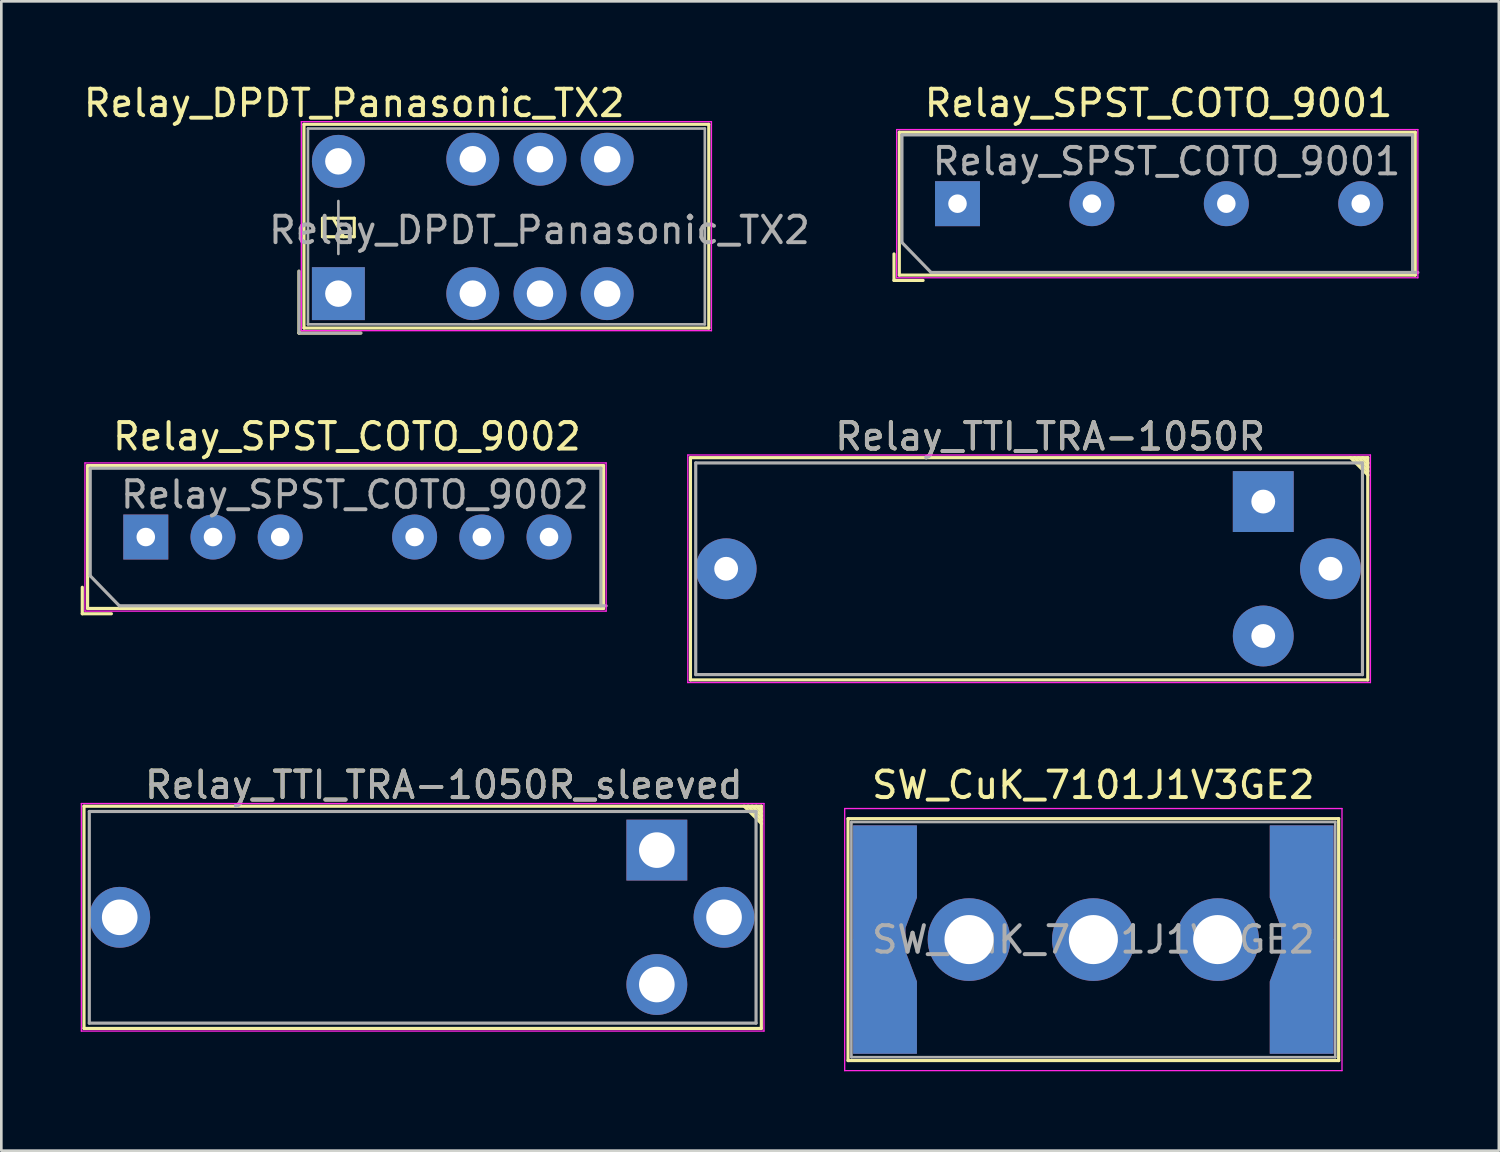
<source format=kicad_pcb>
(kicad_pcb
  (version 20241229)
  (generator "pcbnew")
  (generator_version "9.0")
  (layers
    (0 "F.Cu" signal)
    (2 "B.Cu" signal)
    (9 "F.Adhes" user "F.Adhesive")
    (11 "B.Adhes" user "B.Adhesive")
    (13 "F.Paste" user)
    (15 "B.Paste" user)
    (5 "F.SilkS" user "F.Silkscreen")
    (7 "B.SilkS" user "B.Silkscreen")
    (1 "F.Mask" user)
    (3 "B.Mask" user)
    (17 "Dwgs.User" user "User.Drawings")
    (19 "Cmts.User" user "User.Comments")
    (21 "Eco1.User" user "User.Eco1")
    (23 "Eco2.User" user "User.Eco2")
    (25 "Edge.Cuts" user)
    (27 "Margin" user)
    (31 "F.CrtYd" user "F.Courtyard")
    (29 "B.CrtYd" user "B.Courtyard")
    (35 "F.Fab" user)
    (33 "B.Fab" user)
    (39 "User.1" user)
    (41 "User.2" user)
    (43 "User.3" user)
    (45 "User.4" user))
  (footprint "Relay_SPST_COTO_9001"
    (layer "F.Cu")
    (at 33.139 4.648)
    (property "Reference" "Relay_SPST_COTO_9001" (at 7.6 -3.8 0) (layer "F.SilkS") (effects (font (size 1 1) (thickness 0.15))))
    (attr through_hole)
    (fp_line (start -2.4 2.9) (end -2.4 1.9) (stroke (width 0.12) (type solid)) (layer "F.SilkS"))
    (fp_line (start -2.2 -2.7) (end 17.3 -2.7) (stroke (width 0.12) (type solid)) (layer "F.SilkS"))
    (fp_line (start -2.2 2.7) (end -2.2 -2.7) (stroke (width 0.12) (type solid)) (layer "F.SilkS"))
    (fp_line (start -1.3 2.9) (end -2.4 2.9) (stroke (width 0.12) (type solid)) (layer "F.SilkS"))
    (fp_line (start 17.3 -2.7) (end 17.3 2.7) (stroke (width 0.12) (type solid)) (layer "F.SilkS"))
    (fp_line (start 17.3 2.7) (end -2.2 2.7) (stroke (width 0.12) (type solid)) (layer "F.SilkS"))
    (fp_line (start -2.3 -2.8) (end -2.3 2.8) (stroke (width 0.05) (type solid)) (layer "F.CrtYd"))
    (fp_line (start -2.3 -2.8) (end 17.4 -2.8) (stroke (width 0.05) (type solid)) (layer "F.CrtYd"))
    (fp_line (start 17.4 2.8) (end -2.3 2.8) (stroke (width 0.05) (type solid)) (layer "F.CrtYd"))
    (fp_line (start 17.4 2.8) (end 17.4 -2.8) (stroke (width 0.05) (type solid)) (layer "F.CrtYd"))
    (fp_line (start -2.1 -2.6) (end 17.2 -2.6) (stroke (width 0.12) (type solid)) (layer "F.Fab"))
    (fp_line (start -2.1 1.467) (end -2.1 -2.6) (stroke (width 0.12) (type solid)) (layer "F.Fab"))
    (fp_line (start -1 2.6) (end -2.1 1.467) (stroke (width 0.12) (type solid)) (layer "F.Fab"))
    (fp_line (start 17.2 -2.6) (end 17.2 2.6) (stroke (width 0.12) (type solid)) (layer "F.Fab"))
    (fp_line (start 17.4 2.6) (end -1 2.6) (stroke (width 0.12) (type solid)) (layer "F.Fab"))
    (fp_text user "${REFERENCE}" (at 7.9 -1.6 0) (layer "F.Fab") (effects (font (size 1 1) (thickness 0.15))))
    (pad "1" thru_hole rect (at 0 0) (size 1.7 1.7) (drill 0.7) (layers "*.Cu" "*.Mask"))
    (pad "2" thru_hole circle (at 5.08 0) (size 1.7 1.7) (drill 0.7) (layers "*.Cu" "*.Mask"))
    (pad "3" thru_hole circle (at 10.16 0) (size 1.7 1.7) (drill 0.7) (layers "*.Cu" "*.Mask"))
    (pad "4" thru_hole circle (at 15.24 0) (size 1.7 1.7) (drill 0.7) (layers "*.Cu" "*.Mask")))
  (footprint "Relay_SPST_COTO_9002"
    (layer "F.Cu")
    (at 2.46 17.247)
    (property "Reference" "Relay_SPST_COTO_9002" (at 7.6 -3.8 0) (layer "F.SilkS") (effects (font (size 1 1) (thickness 0.15))))
    (attr through_hole)
    (fp_line (start -2.4 2.9) (end -2.4 1.9) (stroke (width 0.12) (type solid)) (layer "F.SilkS"))
    (fp_line (start -2.2 -2.7) (end 17.3 -2.7) (stroke (width 0.12) (type solid)) (layer "F.SilkS"))
    (fp_line (start -2.2 2.7) (end -2.2 -2.7) (stroke (width 0.12) (type solid)) (layer "F.SilkS"))
    (fp_line (start -1.3 2.9) (end -2.4 2.9) (stroke (width 0.12) (type solid)) (layer "F.SilkS"))
    (fp_line (start 17.3 -2.7) (end 17.3 2.7) (stroke (width 0.12) (type solid)) (layer "F.SilkS"))
    (fp_line (start 17.3 2.7) (end -2.2 2.7) (stroke (width 0.12) (type solid)) (layer "F.SilkS"))
    (fp_line (start -2.3 -2.8) (end -2.3 2.8) (stroke (width 0.05) (type solid)) (layer "F.CrtYd"))
    (fp_line (start -2.3 -2.8) (end 17.4 -2.8) (stroke (width 0.05) (type solid)) (layer "F.CrtYd"))
    (fp_line (start 17.4 2.8) (end -2.3 2.8) (stroke (width 0.05) (type solid)) (layer "F.CrtYd"))
    (fp_line (start 17.4 2.8) (end 17.4 -2.8) (stroke (width 0.05) (type solid)) (layer "F.CrtYd"))
    (fp_line (start -2.1 -2.6) (end 17.2 -2.6) (stroke (width 0.12) (type solid)) (layer "F.Fab"))
    (fp_line (start -2.1 1.467) (end -2.1 -2.6) (stroke (width 0.12) (type solid)) (layer "F.Fab"))
    (fp_line (start -1 2.6) (end -2.1 1.467) (stroke (width 0.12) (type solid)) (layer "F.Fab"))
    (fp_line (start 17.2 -2.6) (end 17.2 2.6) (stroke (width 0.12) (type solid)) (layer "F.Fab"))
    (fp_line (start 17.4 2.6) (end -1 2.6) (stroke (width 0.12) (type solid)) (layer "F.Fab"))
    (fp_text user "${REFERENCE}" (at 7.9 -1.6 0) (layer "F.Fab") (effects (font (size 1 1) (thickness 0.15))))
    (pad "1" thru_hole rect (at 0 0) (size 1.7 1.7) (drill 0.7) (layers "*.Cu" "*.Mask"))
    (pad "2" thru_hole circle (at 5.08 0) (size 1.7 1.7) (drill 0.7) (layers "*.Cu" "*.Mask"))
    (pad "3" thru_hole circle (at 10.16 0) (size 1.7 1.7) (drill 0.7) (layers "*.Cu" "*.Mask"))
    (pad "4" thru_hole circle (at 15.24 0) (size 1.7 1.7) (drill 0.7) (layers "*.Cu" "*.Mask"))
    (pad "5" thru_hole circle (at 2.54 0) (size 1.7 1.7) (drill 0.7) (layers "*.Cu" "*.Mask"))
    (pad "6" thru_hole circle (at 12.7 0) (size 1.7 1.7) (drill 0.7) (layers "*.Cu" "*.Mask")))
  (footprint "Relay_TTI_TRA-1050R"
    (layer "F.Cu")
    (at 24.395 18.447)
    (property "Reference" "Relay_TTI_TRA-1050R" (at 12.25 -5 0) (layer "F.SilkS") (effects (font (size 1 1) (thickness 0.15))))
    (attr through_hole)
    (fp_line (start -1.35 -4.2) (end 24.25 -4.2) (stroke (width 0.12) (type solid)) (layer "F.SilkS"))
    (fp_line (start -1.35 4.2) (end -1.35 -4.2) (stroke (width 0.12) (type solid)) (layer "F.SilkS"))
    (fp_line (start 23.598 -4.2) (end 24.258 -3.54) (stroke (width 0.12) (type solid)) (layer "F.SilkS"))
    (fp_line (start 23.75 -4.2) (end 24.258 -3.692) (stroke (width 0.12) (type solid)) (layer "F.SilkS"))
    (fp_line (start 23.902 -4.2) (end 24.258 -3.844) (stroke (width 0.12) (type solid)) (layer "F.SilkS"))
    (fp_line (start 24.055 -4.2) (end 24.258 -3.997) (stroke (width 0.12) (type solid)) (layer "F.SilkS"))
    (fp_line (start 24.25 -4.2) (end 24.25 4.2) (stroke (width 0.12) (type solid)) (layer "F.SilkS"))
    (fp_line (start 24.25 4.2) (end -1.35 4.2) (stroke (width 0.12) (type solid)) (layer "F.SilkS"))
    (fp_line (start -1.45 -4.3) (end -1.45 4.3) (stroke (width 0.05) (type solid)) (layer "F.CrtYd"))
    (fp_line (start -1.45 -4.3) (end 24.35 -4.3) (stroke (width 0.05) (type solid)) (layer "F.CrtYd"))
    (fp_line (start 24.35 4.3) (end -1.45 4.3) (stroke (width 0.05) (type solid)) (layer "F.CrtYd"))
    (fp_line (start 24.35 4.3) (end 24.35 -4.3) (stroke (width 0.05) (type solid)) (layer "F.CrtYd"))
    (fp_line (start -1.15 -4) (end 24.05 -4) (stroke (width 0.12) (type solid)) (layer "F.Fab"))
    (fp_line (start -1.15 4) (end -1.15 -4) (stroke (width 0.12) (type solid)) (layer "F.Fab"))
    (fp_line (start 24.05 -4) (end 24.05 4) (stroke (width 0.12) (type solid)) (layer "F.Fab"))
    (fp_line (start 24.05 4) (end -1.15 4) (stroke (width 0.12) (type solid)) (layer "F.Fab"))
    (fp_text user "${REFERENCE}" (at 12.25 -5 0) (layer "F.Fab") (effects (font (size 1 1) (thickness 0.15))))
    (pad "1" thru_hole circle (at 20.3 2.54) (size 2.3 2.3) (drill 0.9) (layers "*.Cu" "*.Mask"))
    (pad "2" thru_hole rect (at 20.3 -2.54) (size 2.3 2.3) (drill 0.9) (layers "*.Cu" "*.Mask"))
    (pad "3" thru_hole circle (at 22.84 0) (size 2.3 2.3) (drill 0.9) (layers "*.Cu" "*.Mask"))
    (pad "4" thru_hole circle (at 0 0) (size 2.3 2.3) (drill 0.9) (layers "*.Cu" "*.Mask")))
  (footprint "Relay_DPDT_Panasonic_TX2"
    (layer "F.Cu")
    (at 9.739 8.048)
    (property "Reference" "Relay_DPDT_Panasonic_TX2" (at 0.6 -7.2 180) (layer "F.SilkS") (effects (font (size 1 1) (thickness 0.15))))
    (attr through_hole)
    (fp_line (start -1.49 1.49) (end -1.49 -0.85) (stroke (width 0.12) (type solid)) (layer "F.SilkS"))
    (fp_line (start -1.3 -6.4) (end -1.3 1.3) (stroke (width 0.12) (type solid)) (layer "F.SilkS"))
    (fp_line (start -1.3 1.3) (end 14 1.3) (stroke (width 0.12) (type solid)) (layer "F.SilkS"))
    (fp_line (start -0.6 -2.85) (end -0.6 -2.15) (stroke (width 0.12) (type solid)) (layer "F.SilkS"))
    (fp_line (start -0.6 -2.15) (end 0.6 -2.15) (stroke (width 0.12) (type solid)) (layer "F.SilkS"))
    (fp_line (start 0.2 -2.15) (end -0.2 -2.85) (stroke (width 0.12) (type solid)) (layer "F.SilkS"))
    (fp_line (start 0.6 -2.85) (end -0.6 -2.85) (stroke (width 0.12) (type solid)) (layer "F.SilkS"))
    (fp_line (start 0.6 -2.15) (end 0.6 -2.85) (stroke (width 0.12) (type solid)) (layer "F.SilkS"))
    (fp_line (start 0.85 1.49) (end -1.49 1.49) (stroke (width 0.12) (type solid)) (layer "F.SilkS"))
    (fp_line (start 14 -6.4) (end -1.3 -6.4) (stroke (width 0.12) (type solid)) (layer "F.SilkS"))
    (fp_line (start 14 1.3) (end 14 -6.4) (stroke (width 0.12) (type solid)) (layer "F.SilkS"))
    (fp_line (start -1.4 -6.5) (end -1.4 1.4) (stroke (width 0.05) (type solid)) (layer "F.CrtYd"))
    (fp_line (start -1.4 1.4) (end 14.1 1.4) (stroke (width 0.05) (type solid)) (layer "F.CrtYd"))
    (fp_line (start 14.1 -6.5) (end -1.4 -6.5) (stroke (width 0.05) (type solid)) (layer "F.CrtYd"))
    (fp_line (start 14.1 1.4) (end 14.1 -6.5) (stroke (width 0.05) (type solid)) (layer "F.CrtYd"))
    (fp_line (start -1.49 1.49) (end -1.49 -0.85) (stroke (width 0.1) (type solid)) (layer "F.Fab"))
    (fp_line (start -1.15 -6.24) (end 13.85 -6.24) (stroke (width 0.1) (type solid)) (layer "F.Fab"))
    (fp_line (start -1.15 1.16) (end -1.15 -6.24) (stroke (width 0.1) (type solid)) (layer "F.Fab"))
    (fp_line (start -1.15 1.16) (end 13.85 1.16) (stroke (width 0.1) (type solid)) (layer "F.Fab"))
    (fp_line (start 0 -1.5) (end 0 -3.5) (stroke (width 0.1) (type solid)) (layer "F.Fab"))
    (fp_line (start 0.85 1.49) (end -1.49 1.49) (stroke (width 0.1) (type solid)) (layer "F.Fab"))
    (fp_line (start 13.85 1.16) (end 13.85 -6.24) (stroke (width 0.1) (type solid)) (layer "F.Fab"))
    (fp_text user "${REFERENCE}" (at 7.6 -2.4 180) (layer "F.Fab") (effects (font (size 1 1) (thickness 0.15))))
    (pad "1" thru_hole rect (at 0 0 90) (size 2 2) (drill 1) (layers "*.Cu" "*.Mask"))
    (pad "3" thru_hole oval (at 5.08 0 90) (size 2 2) (drill 1) (layers "*.Cu" "*.Mask"))
    (pad "4" thru_hole oval (at 7.62 0 90) (size 2 2) (drill 1) (layers "*.Cu" "*.Mask"))
    (pad "5" thru_hole oval (at 10.16 0 90) (size 2 2) (drill 1) (layers "*.Cu" "*.Mask"))
    (pad "8" thru_hole oval (at 10.16 -5.08 90) (size 2 2) (drill 1) (layers "*.Cu" "*.Mask"))
    (pad "9" thru_hole oval (at 7.62 -5.08 90) (size 2 2) (drill 1) (layers "*.Cu" "*.Mask"))
    (pad "10" thru_hole oval (at 5.08 -5.08 90) (size 2 2) (drill 1) (layers "*.Cu" "*.Mask"))
    (pad "12" thru_hole oval (at 0 -5 90) (size 2 2) (drill 1) (layers "*.Cu" "*.Mask")))
  (footprint "SW_CuK_7101J1V3GE2"
    (layer "F.Cu")
    (at 33.574 32.462)
    (property "Reference" "SW_CuK_7101J1V3GE2" (at 4.699 -5.842 0) (layer "F.SilkS") (effects (font (size 1 1) (thickness 0.15))))
    (attr through_hole)
    (fp_line (start -4.572 -4.572) (end -4.572 4.572) (stroke (width 0.12) (type solid)) (layer "F.SilkS"))
    (fp_line (start 13.97 -4.572) (end -4.572 -4.572) (stroke (width 0.12) (type solid)) (layer "F.SilkS"))
    (fp_line (start 13.97 -4.572) (end 13.97 4.572) (stroke (width 0.12) (type solid)) (layer "F.SilkS"))
    (fp_line (start 13.97 4.572) (end -4.572 4.572) (stroke (width 0.12) (type solid)) (layer "F.SilkS"))
    (fp_line (start -4.699 -4.953) (end 14.097 -4.953) (stroke (width 0.05) (type solid)) (layer "F.CrtYd"))
    (fp_line (start -4.699 4.953) (end -4.699 -4.953) (stroke (width 0.05) (type solid)) (layer "F.CrtYd"))
    (fp_line (start 14.097 -4.953) (end 14.097 4.953) (stroke (width 0.05) (type solid)) (layer "F.CrtYd"))
    (fp_line (start 14.097 4.953) (end -4.699 4.953) (stroke (width 0.05) (type solid)) (layer "F.CrtYd"))
    (fp_line (start -4.445 -4.445) (end 13.843 -4.445) (stroke (width 0.1) (type solid)) (layer "F.Fab"))
    (fp_line (start -4.445 4.445) (end -4.445 -4.445) (stroke (width 0.1) (type solid)) (layer "F.Fab"))
    (fp_line (start 13.843 -4.445) (end 13.843 4.445) (stroke (width 0.1) (type solid)) (layer "F.Fab"))
    (fp_line (start 13.843 4.445) (end -4.445 4.445) (stroke (width 0.1) (type solid)) (layer "F.Fab"))
    (fp_text user "${REFERENCE}" (at 4.699 0 0) (layer "F.Fab") (effects (font (size 1 1) (thickness 0.15))))
    (pad "0" thru_hole custom (at -3.175 -1.587 180) (size 0.001 0.001) (drill 1.854) (layers "*.Cu" "*.Mask") (options (anchor rect)) (primitives (gr_poly (pts (xy 1.194 2.718) (xy 1.194 -1.6) (xy -0.762 -1.6) (xy -0.762 -1.143) (xy -1.194 0) (xy -1.194 2.718)) (width 0.025) (fill yes))))
    (pad "0" thru_hole custom (at -3.175 1.587 180) (size 0.001 0.001) (drill 1.397) (layers "*.Cu" "*.Mask") (options (anchor rect)) (primitives (gr_poly (pts (xy 1.194 -2.718) (xy 1.194 1.6) (xy -0.762 1.6) (xy -0.762 1.143) (xy -1.194 0) (xy -1.194 -2.718)) (width 0.025) (fill yes))))
    (pad "0" thru_hole custom (at 12.573 -1.587) (size 0.001 0.001) (drill 1.397) (layers "*.Cu" "*.Mask") (options (anchor rect)) (primitives (gr_poly (pts (xy 1.194 -2.718) (xy 1.194 1.6) (xy -0.762 1.6) (xy -0.762 1.143) (xy -1.194 0) (xy -1.194 -2.718)) (width 0.025) (fill yes))))
    (pad "0" thru_hole custom (at 12.573 1.587) (size 0.001 0.001) (drill 1.854) (layers "*.Cu" "*.Mask") (options (anchor rect)) (primitives (gr_poly (pts (xy 1.194 2.718) (xy 1.194 -1.6) (xy -0.762 -1.6) (xy -0.762 -1.143) (xy -1.194 0) (xy -1.194 2.718)) (width 0.025) (fill yes))))
    (pad "1" thru_hole circle (at 0 0) (size 3.124 3.124) (drill 1.854) (layers "*.Cu" "*.Mask"))
    (pad "2" thru_hole circle (at 4.699 0) (size 3.124 3.124) (drill 1.854) (layers "*.Cu" "*.Mask"))
    (pad "3" thru_hole circle (at 9.398 0) (size 3.124 3.124) (drill 1.854) (layers "*.Cu" "*.Mask")))
  (footprint "Relay_TTI_TRA-1050R_sleeved"
    (layer "F.Cu")
    (at 1.475 31.62)
    (property "Reference" "Relay_TTI_TRA-1050R_sleeved" (at 12.25 -5 0) (layer "F.SilkS") (effects (font (size 1 1) (thickness 0.15))))
    (attr through_hole)
    (fp_line (start -1.35 -4.2) (end 24.25 -4.2) (stroke (width 0.12) (type solid)) (layer "F.SilkS"))
    (fp_line (start -1.35 4.2) (end -1.35 -4.2) (stroke (width 0.12) (type solid)) (layer "F.SilkS"))
    (fp_line (start 23.598 -4.2) (end 24.258 -3.54) (stroke (width 0.12) (type solid)) (layer "F.SilkS"))
    (fp_line (start 23.75 -4.2) (end 24.258 -3.692) (stroke (width 0.12) (type solid)) (layer "F.SilkS"))
    (fp_line (start 23.902 -4.2) (end 24.258 -3.844) (stroke (width 0.12) (type solid)) (layer "F.SilkS"))
    (fp_line (start 24.055 -4.2) (end 24.258 -3.997) (stroke (width 0.12) (type solid)) (layer "F.SilkS"))
    (fp_line (start 24.25 -4.2) (end 24.25 4.2) (stroke (width 0.12) (type solid)) (layer "F.SilkS"))
    (fp_line (start 24.25 4.2) (end -1.35 4.2) (stroke (width 0.12) (type solid)) (layer "F.SilkS"))
    (fp_line (start -1.45 -4.3) (end -1.45 4.3) (stroke (width 0.05) (type solid)) (layer "F.CrtYd"))
    (fp_line (start -1.45 -4.3) (end 24.35 -4.3) (stroke (width 0.05) (type solid)) (layer "F.CrtYd"))
    (fp_line (start 24.35 4.3) (end -1.45 4.3) (stroke (width 0.05) (type solid)) (layer "F.CrtYd"))
    (fp_line (start 24.35 4.3) (end 24.35 -4.3) (stroke (width 0.05) (type solid)) (layer "F.CrtYd"))
    (fp_line (start -1.15 -4) (end 24.05 -4) (stroke (width 0.12) (type solid)) (layer "F.Fab"))
    (fp_line (start -1.15 4) (end -1.15 -4) (stroke (width 0.12) (type solid)) (layer "F.Fab"))
    (fp_line (start 24.05 -4) (end 24.05 4) (stroke (width 0.12) (type solid)) (layer "F.Fab"))
    (fp_line (start 24.05 4) (end -1.15 4) (stroke (width 0.12) (type solid)) (layer "F.Fab"))
    (fp_text user "${REFERENCE}" (at 12.25 -5 0) (layer "F.Fab") (effects (font (size 1 1) (thickness 0.15))))
    (pad "1" thru_hole circle (at 20.3 2.54) (size 2.3 2.3) (drill 1.346) (layers "*.Cu" "*.Mask"))
    (pad "2" thru_hole rect (at 20.3 -2.54) (size 2.3 2.3) (drill 1.346) (layers "*.Cu" "*.Mask"))
    (pad "3" thru_hole circle (at 22.84 0) (size 2.3 2.3) (drill 1.346) (layers "*.Cu" "*.Mask"))
    (pad "4" thru_hole circle (at 0 0) (size 2.3 2.3) (drill 1.346) (layers "*.Cu" "*.Mask")))
  (gr_rect
    (start -3 -3)
    (end 53.599 40.44)
    (stroke (width 0.1) (type default))
    (fill no)
    (layer "Edge.Cuts")))
</source>
